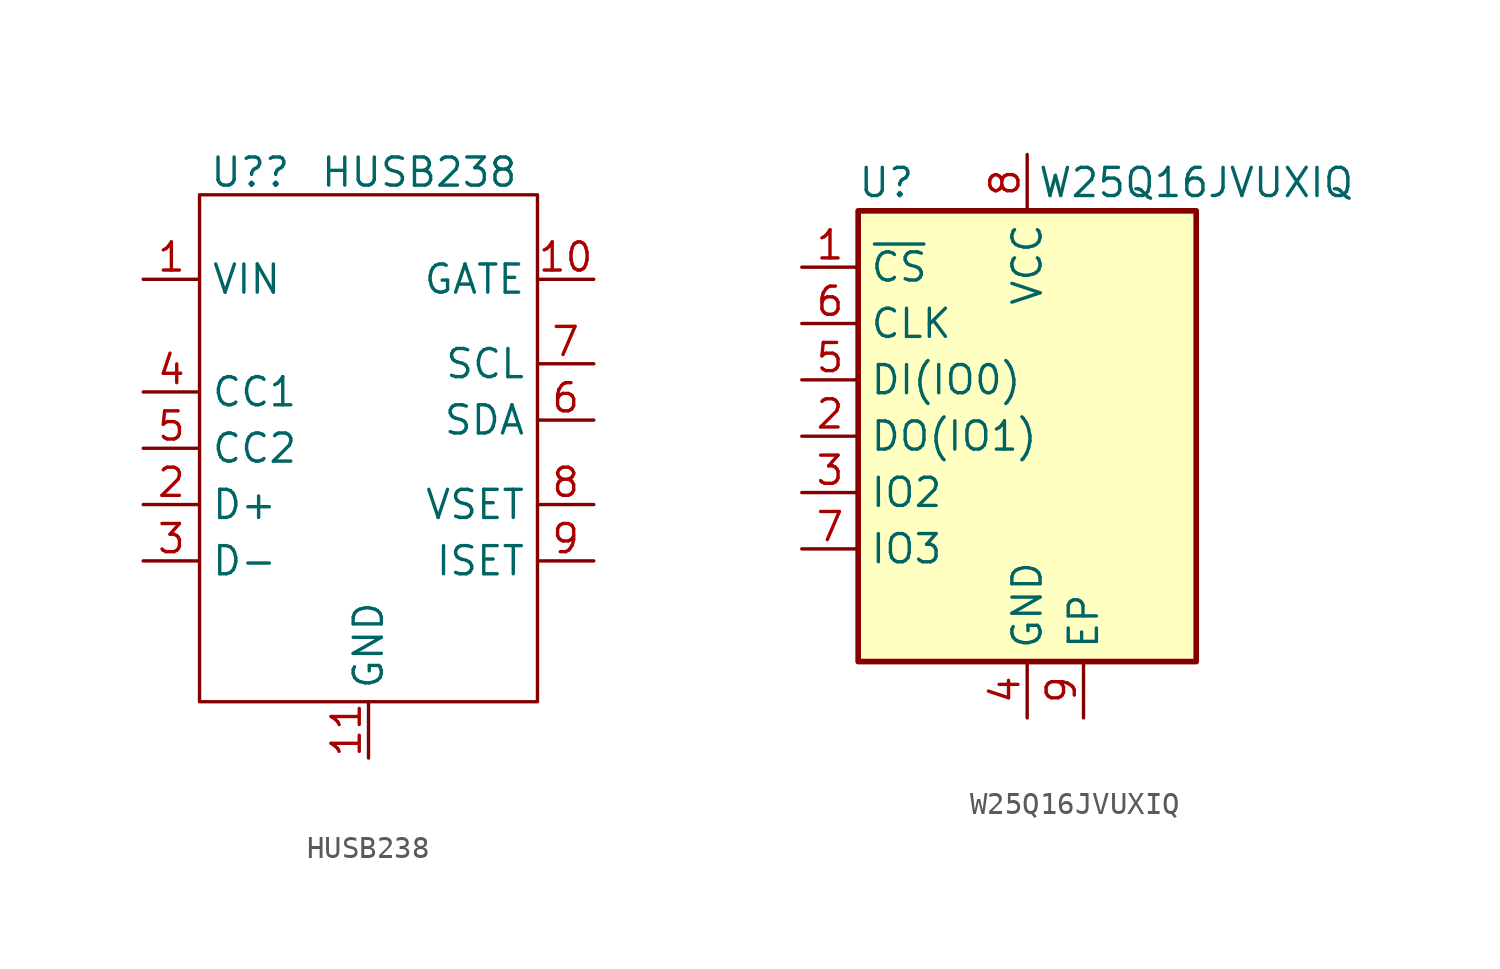
<source format=kicad_sym>
(kicad_symbol_lib
  (version 20231120)
  (generator "kicad_symbol_editor")
  (generator_version "8.0")
  (symbol "HUSB238"
    (property "Reference" "U?"
      (at -5.334 9.906 0)
      (effects (font (size 1.27 1.27))))
    (property "Value" "HUSB238"
      (at 2.286 9.906 0)
      (effects (font (size 1.27 1.27))))
    (symbol "HUSB238_0_1"
      (rectangle (start -7.62 8.89) (end 7.62 -13.97) (stroke (width 0) (type default)) (fill (type none))))
    (symbol "HUSB238_1_1"
      (pin power_in line (at -10.16 5.08 0) (length 2.54) (name "VIN" (effects (font (size 1.27 1.27)))) (number "1" (effects (font (size 1.27 1.27)))))
      (pin output line (at 10.16 5.08 180) (length 2.54) (name "GATE" (effects (font (size 1.27 1.27)))) (number "10" (effects (font (size 1.27 1.27)))))
      (pin power_in line (at 0 -16.51 90) (length 2.54) (name "GND" (effects (font (size 1.27 1.27)))) (number "11" (effects (font (size 1.27 1.27)))))
      (pin bidirectional line (at -10.16 -5.08 0) (length 2.54) (name "D+" (effects (font (size 1.27 1.27)))) (number "2" (effects (font (size 1.27 1.27)))))
      (pin bidirectional line (at -10.16 -7.62 0) (length 2.54) (name "D-" (effects (font (size 1.27 1.27)))) (number "3" (effects (font (size 1.27 1.27)))))
      (pin bidirectional line (at -10.16 0 0) (length 2.54) (name "CC1" (effects (font (size 1.27 1.27)))) (number "4" (effects (font (size 1.27 1.27)))))
      (pin bidirectional line (at -10.16 -2.54 0) (length 2.54) (name "CC2" (effects (font (size 1.27 1.27)))) (number "5" (effects (font (size 1.27 1.27)))))
      (pin bidirectional line (at 10.16 -1.27 180) (length 2.54) (name "SDA" (effects (font (size 1.27 1.27)))) (number "6" (effects (font (size 1.27 1.27)))))
      (pin input line (at 10.16 1.27 180) (length 2.54) (name "SCL" (effects (font (size 1.27 1.27)))) (number "7" (effects (font (size 1.27 1.27)))))
      (pin input line (at 10.16 -5.08 180) (length 2.54) (name "VSET" (effects (font (size 1.27 1.27)))) (number "8" (effects (font (size 1.27 1.27)))))
      (pin input line (at 10.16 -7.62 180) (length 2.54) (name "ISET" (effects (font (size 1.27 1.27)))) (number "9" (effects (font (size 1.27 1.27)))))))
  (symbol "W25Q16JVUXIQ"
    (property "Reference" "U"
      (at -6.35 11.43 0)
      (effects (font (size 1.27 1.27))))
    (property "Value" "W25Q16JVUXIQ"
      (at 7.62 11.43 0)
      (effects (font (size 1.27 1.27))))
    (symbol "W25Q16JVUXIQ_0_1"
      (rectangle (start -7.62 10.16) (end 7.62 -10.16) (stroke (width 0.254) (type default)) (fill (type background))))
    (symbol "W25Q16JVUXIQ_1_1"
      (pin input line (at -10.16 7.62 0) (length 2.54) (name "~{CS}" (effects (font (size 1.27 1.27)))) (number "1" (effects (font (size 1.27 1.27)))))
      (pin bidirectional line (at -10.16 0 0) (length 2.54) (name "DO(IO1)" (effects (font (size 1.27 1.27)))) (number "2" (effects (font (size 1.27 1.27)))))
      (pin bidirectional line (at -10.16 -2.54 0) (length 2.54) (name "IO2" (effects (font (size 1.27 1.27)))) (number "3" (effects (font (size 1.27 1.27)))))
      (pin power_in line (at 0 -12.7 90) (length 2.54) (name "GND" (effects (font (size 1.27 1.27)))) (number "4" (effects (font (size 1.27 1.27)))))
      (pin bidirectional line (at -10.16 2.54 0) (length 2.54) (name "DI(IO0)" (effects (font (size 1.27 1.27)))) (number "5" (effects (font (size 1.27 1.27)))))
      (pin input line (at -10.16 5.08 0) (length 2.54) (name "CLK" (effects (font (size 1.27 1.27)))) (number "6" (effects (font (size 1.27 1.27)))))
      (pin bidirectional line (at -10.16 -5.08 0) (length 2.54) (name "IO3" (effects (font (size 1.27 1.27)))) (number "7" (effects (font (size 1.27 1.27)))))
      (pin power_in line (at 0 12.7 270) (length 2.54) (name "VCC" (effects (font (size 1.27 1.27)))) (number "8" (effects (font (size 1.27 1.27)))))
      (pin passive line (at 2.54 -12.7 90) (length 2.54) (name "EP" (effects (font (size 1.27 1.27)))) (number "9" (effects (font (size 1.27 1.27))))))))
</source>
